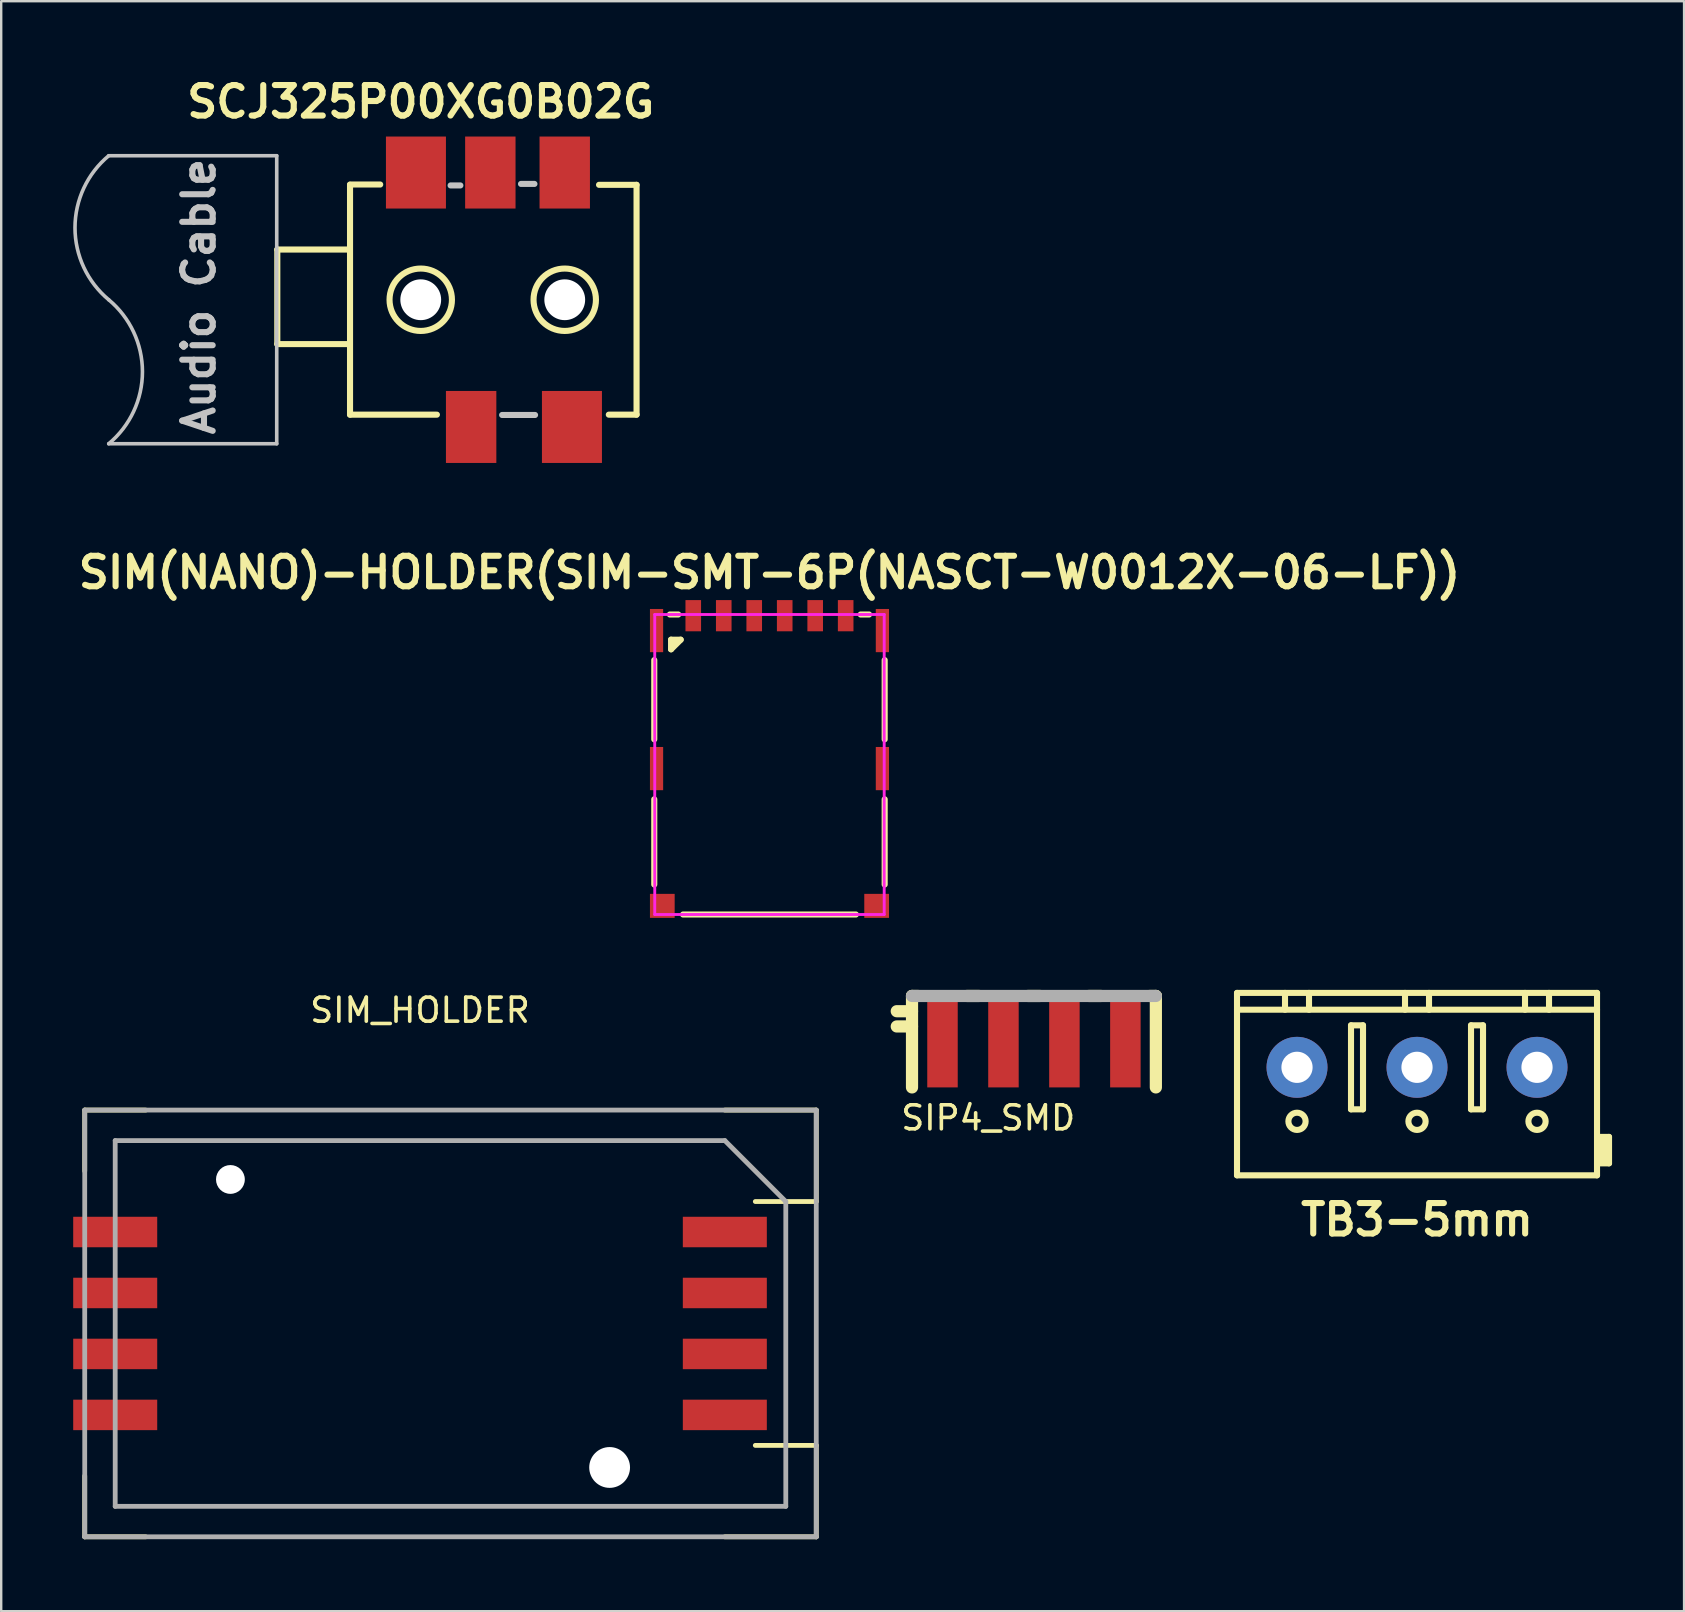
<source format=kicad_pcb>
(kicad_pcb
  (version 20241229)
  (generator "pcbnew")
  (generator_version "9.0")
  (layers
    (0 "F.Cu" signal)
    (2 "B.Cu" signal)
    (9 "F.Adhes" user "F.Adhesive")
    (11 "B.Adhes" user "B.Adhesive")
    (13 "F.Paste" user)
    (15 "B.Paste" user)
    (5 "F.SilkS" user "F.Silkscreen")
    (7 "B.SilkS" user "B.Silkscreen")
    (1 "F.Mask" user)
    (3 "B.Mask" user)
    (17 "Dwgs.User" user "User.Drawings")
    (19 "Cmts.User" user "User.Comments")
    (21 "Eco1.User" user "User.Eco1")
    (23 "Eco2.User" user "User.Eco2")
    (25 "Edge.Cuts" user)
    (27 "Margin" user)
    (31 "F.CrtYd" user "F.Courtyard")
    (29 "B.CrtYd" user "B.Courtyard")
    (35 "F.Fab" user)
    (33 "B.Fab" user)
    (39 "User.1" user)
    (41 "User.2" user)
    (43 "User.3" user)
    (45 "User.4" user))
  (footprint "SCJ325P00XG0B02G"
    (layer "F.Cu")
    (at 14.48 9.439)
    (property "Reference" "SCJ325P00XG0B02G" (at 0 -8.25 0) (layer "F.SilkS") (effects (font (size 1.27 1.27) (thickness 0.254) (bold yes))))
    (attr smd)
    (fp_line (start -5.976 -2.092) (end -5.976 1.848) (stroke (width 0.254) (type solid)) (layer "F.SilkS"))
    (fp_line (start -5.976 1.848) (end -2.966 1.848) (stroke (width 0.254) (type solid)) (layer "F.SilkS"))
    (fp_line (start -2.966 -2.092) (end -5.976 -2.092) (stroke (width 0.254) (type solid)) (layer "F.SilkS"))
    (fp_line (start -2.946 -4.801) (end -1.689 -4.801) (stroke (width 0.254) (type solid)) (layer "F.SilkS"))
    (fp_line (start -2.946 4.788) (end -2.946 -4.788) (stroke (width 0.254) (type solid)) (layer "F.SilkS"))
    (fp_line (start -2.946 4.788) (end 0.673 4.788) (stroke (width 0.254) (type solid)) (layer "F.SilkS"))
    (fp_line (start 8.992 -4.788) (end 7.429 -4.788) (stroke (width 0.254) (type solid)) (layer "F.SilkS"))
    (fp_line (start 8.992 -4.788) (end 8.992 4.788) (stroke (width 0.254) (type solid)) (layer "F.SilkS"))
    (fp_line (start 8.992 4.788) (end 7.836 4.788) (stroke (width 0.254) (type solid)) (layer "F.SilkS"))
    (fp_circle (center 0 0) (end 1.3 0) (stroke (width 0.254) (type solid)) (fill no) (layer "F.SilkS"))
    (fp_circle (center 6 0) (end 7.3 0) (stroke (width 0.254) (type solid)) (fill no) (layer "F.SilkS"))
    (fp_line (start -13 6) (end -6 6) (stroke (width 0.15) (type solid)) (layer "Dwgs.User"))
    (fp_line (start -6 -6) (end -13 -6) (stroke (width 0.15) (type solid)) (layer "Dwgs.User"))
    (fp_line (start -6 6) (end -6 -6) (stroke (width 0.15) (type solid)) (layer "Dwgs.User"))
    (fp_line (start 1.245 -4.763) (end 1.651 -4.763) (stroke (width 0.254) (type solid)) (layer "Dwgs.User"))
    (fp_line (start 3.391 4.801) (end 4.763 4.801) (stroke (width 0.254) (type solid)) (layer "Dwgs.User"))
    (fp_line (start 4.178 -4.826) (end 4.737 -4.826) (stroke (width 0.254) (type solid)) (layer "Dwgs.User"))
    (fp_arc (start -13.000001 0.000001) (mid -11.594877 3) (end -13.000001 5.999999) (stroke (width 0.15) (type default)) (layer "Dwgs.User"))
    (fp_arc (start -12.999999 -0.000001) (mid -14.405123 -3) (end -12.999999 -5.999999) (stroke (width 0.15) (type default)) (layer "Dwgs.User"))
    (fp_text user "Audio Cable" (at -8.5 5.75 90) (unlocked yes) (layer "Dwgs.User") (effects (font (size 1.27 1.27) (thickness 0.254) (bold yes)) (justify left bottom)))
    (pad "" smd rect (at -0.2 -5.4) (size 2.85 3.55) (layers "F.Paste"))
    (pad "" np_thru_hole circle (at 0 0) (size 1.7 1.7) (drill 1.7) (layers "*.Cu" "*.Mask"))
    (pad "" smd rect (at 2.1 5.4) (size 2.45 3.55) (layers "F.Paste"))
    (pad "" smd rect (at 2.9 -5.4) (size 2.45 3.55) (layers "F.Paste"))
    (pad "" smd rect (at 6 -5.4) (size 2.45 3.55) (layers "F.Paste"))
    (pad "" np_thru_hole circle (at 6 0) (size 1.7 1.7) (drill 1.7) (layers "*.Cu" "*.Mask"))
    (pad "" smd rect (at 6.3 5.4) (size 2.85 3.55) (layers "F.Paste"))
    (pad "1" smd rect (at 6.3 5.3) (size 2.5 3) (layers "F.Cu" "F.Mask" "F.Paste"))
    (pad "2" smd rect (at -0.2 -5.3) (size 2.5 3) (layers "F.Cu" "F.Mask" "F.Paste"))
    (pad "3" smd rect (at 6 -5.3) (size 2.1 3) (layers "F.Cu" "F.Mask" "F.Paste"))
    (pad "4" smd rect (at 2.9 -5.3) (size 2.1 3) (layers "F.Cu" "F.Mask" "F.Paste"))
    (pad "5" smd rect (at 2.1 5.3) (size 2.1 3) (layers "F.Cu" "F.Mask" "F.Paste")))
  (footprint "TB3-5mm"
    (layer "F.Cu")
    (at 55.99 41.42)
    (property "Reference" "TB3-5mm" (at 0 6.35 0) (layer "F.SilkS") (effects (font (size 1.27 1.27) (thickness 0.254))))
    (attr through_hole)
    (fp_line (start -7.5 -3.1) (end 7.5 -3.1) (stroke (width 0.254) (type solid)) (layer "F.SilkS"))
    (fp_line (start -7.5 -2.4) (end 7.5 -2.4) (stroke (width 0.254) (type solid)) (layer "F.SilkS"))
    (fp_line (start -7.5 4.5) (end -7.5 -3.1) (stroke (width 0.254) (type solid)) (layer "F.SilkS"))
    (fp_line (start -5.5 -3.1) (end -5.5 -2.4) (stroke (width 0.254) (type solid)) (layer "F.SilkS"))
    (fp_line (start -4.5 -3.1) (end -4.5 -2.4) (stroke (width 0.254) (type solid)) (layer "F.SilkS"))
    (fp_line (start -2.75 -1.75) (end -2.75 1.75) (stroke (width 0.254) (type solid)) (layer "F.SilkS"))
    (fp_line (start -2.75 1.75) (end -2.25 1.75) (stroke (width 0.254) (type solid)) (layer "F.SilkS"))
    (fp_line (start -2.25 -1.75) (end -2.75 -1.75) (stroke (width 0.254) (type solid)) (layer "F.SilkS"))
    (fp_line (start -2.25 1.75) (end -2.25 -1.75) (stroke (width 0.254) (type solid)) (layer "F.SilkS"))
    (fp_line (start -0.5 -3.1) (end -0.5 -2.4) (stroke (width 0.254) (type solid)) (layer "F.SilkS"))
    (fp_line (start 0.5 -3.1) (end 0.5 -2.4) (stroke (width 0.254) (type solid)) (layer "F.SilkS"))
    (fp_line (start 2.25 -1.75) (end 2.25 1.75) (stroke (width 0.254) (type solid)) (layer "F.SilkS"))
    (fp_line (start 2.25 1.75) (end 2.75 1.75) (stroke (width 0.254) (type solid)) (layer "F.SilkS"))
    (fp_line (start 2.75 -1.75) (end 2.25 -1.75) (stroke (width 0.254) (type solid)) (layer "F.SilkS"))
    (fp_line (start 2.75 1.75) (end 2.75 -1.75) (stroke (width 0.254) (type solid)) (layer "F.SilkS"))
    (fp_line (start 4.5 -3.1) (end 4.5 -2.4) (stroke (width 0.254) (type solid)) (layer "F.SilkS"))
    (fp_line (start 5.5 -2.4) (end 5.5 -3.1) (stroke (width 0.254) (type solid)) (layer "F.SilkS"))
    (fp_line (start 7.5 2.9) (end 8 2.9) (stroke (width 0.254) (type solid)) (layer "F.SilkS"))
    (fp_line (start 7.5 4.5) (end -7.5 4.5) (stroke (width 0.254) (type solid)) (layer "F.SilkS"))
    (fp_line (start 7.5 4.5) (end 7.5 -3.1) (stroke (width 0.254) (type solid)) (layer "F.SilkS"))
    (fp_line (start 8 2.9) (end 8 4) (stroke (width 0.254) (type solid)) (layer "F.SilkS"))
    (fp_line (start 8 4) (end 7.5 4) (stroke (width 0.254) (type solid)) (layer "F.SilkS"))
    (fp_circle (center -5 2.25) (end -4.641 2.25) (stroke (width 0.254) (type solid)) (fill no) (layer "F.SilkS"))
    (fp_circle (center 0 2.25) (end 0.359 2.25) (stroke (width 0.254) (type solid)) (fill no) (layer "F.SilkS"))
    (fp_circle (center 5 2.25) (end 5.359 2.25) (stroke (width 0.254) (type solid)) (fill no) (layer "F.SilkS"))
    (fp_poly (pts (xy 8 4) (xy 7.5 4) (xy 7.5 2.9) (xy 8 2.9)) (stroke (width 0.2) (type solid)) (fill yes) (layer "F.SilkS"))
    (pad "1" thru_hole circle (at -5 0) (size 2.54 2.54) (drill 1.3) (layers "*.Cu" "*.Mask"))
    (pad "2" thru_hole circle (at 0 0) (size 2.54 2.54) (drill 1.3) (layers "*.Cu" "*.Mask"))
    (pad "3" thru_hole circle (at 5 0) (size 2.54 2.54) (drill 1.3) (layers "*.Cu" "*.Mask")))
  (footprint "SIM_HOLDER"
    (layer "F.Cu")
    (at 14.45 52.092)
    (property "Reference" "SIM_HOLDER" (at 0 -13.05 0) (layer "F.SilkS") (effects (font (size 1 1) (thickness 0.15))))
    (attr smd)
    (fp_line (start -13.97 -8.89) (end -11.43 -8.89) (stroke (width 0.2) (type solid)) (layer "F.SilkS"))
    (fp_line (start -13.97 -6.35) (end -13.97 -8.89) (stroke (width 0.2) (type solid)) (layer "F.SilkS"))
    (fp_line (start -13.97 8.89) (end -13.97 6.35) (stroke (width 0.2) (type solid)) (layer "F.SilkS"))
    (fp_line (start -11.43 8.89) (end -13.97 8.89) (stroke (width 0.2) (type solid)) (layer "F.SilkS"))
    (fp_line (start 12.7 -8.89) (end 16.51 -8.89) (stroke (width 0.2) (type solid)) (layer "F.SilkS"))
    (fp_line (start 13.97 5.08) (end 16.51 5.08) (stroke (width 0.2) (type solid)) (layer "F.SilkS"))
    (fp_line (start 16.51 -8.89) (end 16.51 -5.08) (stroke (width 0.2) (type solid)) (layer "F.SilkS"))
    (fp_line (start 16.51 -5.08) (end 13.97 -5.08) (stroke (width 0.2) (type solid)) (layer "F.SilkS"))
    (fp_line (start 16.51 5.08) (end 16.51 8.89) (stroke (width 0.2) (type solid)) (layer "F.SilkS"))
    (fp_line (start 16.51 8.89) (end 12.7 8.89) (stroke (width 0.2) (type solid)) (layer "F.SilkS"))
    (fp_line (start -13.97 -8.89) (end 16.51 -8.89) (stroke (width 0.2) (type solid)) (layer "F.Fab"))
    (fp_line (start -13.97 8.89) (end -13.97 -8.89) (stroke (width 0.2) (type solid)) (layer "F.Fab"))
    (fp_line (start -12.7 -7.62) (end -12.7 7.62) (stroke (width 0.2) (type solid)) (layer "F.Fab"))
    (fp_line (start -12.7 7.62) (end 15.24 7.62) (stroke (width 0.2) (type solid)) (layer "F.Fab"))
    (fp_line (start 12.7 -7.62) (end -12.7 -7.62) (stroke (width 0.2) (type solid)) (layer "F.Fab"))
    (fp_line (start 15.24 -5.08) (end 12.7 -7.62) (stroke (width 0.2) (type solid)) (layer "F.Fab"))
    (fp_line (start 15.24 7.62) (end 15.24 -5.08) (stroke (width 0.2) (type solid)) (layer "F.Fab"))
    (fp_line (start 16.51 -8.89) (end 16.51 8.89) (stroke (width 0.2) (type solid)) (layer "F.Fab"))
    (fp_line (start 16.51 8.89) (end -13.97 8.89) (stroke (width 0.2) (type solid)) (layer "F.Fab"))
    (pad "" np_thru_hole circle (at -7.9 -6) (size 1.2 1.2) (drill 1.2) (layers "*.Cu" "*.Mask"))
    (pad "" np_thru_hole circle (at 7.9 6) (size 1.7 1.7) (drill 1.7) (layers "*.Cu" "*.Mask"))
    (pad "1" smd rect (at -12.7 3.81) (size 3.5 1.27) (layers "F.Cu" "F.Mask" "F.Paste"))
    (pad "2" smd rect (at -12.7 1.27) (size 3.5 1.27) (layers "F.Cu" "F.Mask" "F.Paste"))
    (pad "3" smd rect (at -12.7 -1.27) (size 3.5 1.27) (layers "F.Cu" "F.Mask" "F.Paste"))
    (pad "4" smd rect (at -12.7 -3.81) (size 3.5 1.27) (layers "F.Cu" "F.Mask" "F.Paste"))
    (pad "5" smd rect (at 12.7 3.81) (size 3.5 1.27) (layers "F.Cu" "F.Mask" "F.Paste"))
    (pad "6" smd rect (at 12.7 1.27) (size 3.5 1.27) (layers "F.Cu" "F.Mask" "F.Paste"))
    (pad "7" smd rect (at 12.7 -1.27) (size 3.5 1.27) (layers "F.Cu" "F.Mask" "F.Paste"))
    (pad "8" smd rect (at 12.7 -3.81) (size 3.5 1.27) (layers "F.Cu" "F.Mask" "F.Paste")))
  (footprint "SIP4_SMD"
    (layer "F.Cu")
    (at 40.029 40.352)
    (property "Reference" "SIP4_SMD" (at -1.905 3.175 0) (layer "F.SilkS") (effects (font (size 1 1) (thickness 0.15))))
    (attr smd)
    (fp_line (start -5.715 -1.27) (end -5.08 -1.27) (stroke (width 0.508) (type solid)) (layer "F.SilkS"))
    (fp_line (start -5.715 -0.635) (end -5.08 -0.635) (stroke (width 0.508) (type solid)) (layer "F.SilkS"))
    (fp_line (start -5.08 -1.905) (end -4.826 -1.905) (stroke (width 0.508) (type solid)) (layer "F.SilkS"))
    (fp_line (start -5.08 1.905) (end -5.08 -1.905) (stroke (width 0.508) (type solid)) (layer "F.SilkS"))
    (fp_line (start -2.794 -1.905) (end -2.286 -1.905) (stroke (width 0.508) (type solid)) (layer "F.SilkS"))
    (fp_line (start -0.254 -1.905) (end 0.254 -1.905) (stroke (width 0.508) (type solid)) (layer "F.SilkS"))
    (fp_line (start 2.286 -1.905) (end 2.794 -1.905) (stroke (width 0.508) (type solid)) (layer "F.SilkS"))
    (fp_line (start 4.826 -1.905) (end 5.08 -1.905) (stroke (width 0.508) (type solid)) (layer "F.SilkS"))
    (fp_line (start 5.08 -1.905) (end 5.08 1.905) (stroke (width 0.508) (type solid)) (layer "F.SilkS"))
    (fp_line (start -5.08 -1.905) (end 5.08 -1.905) (stroke (width 0.508) (type solid)) (layer "F.Fab"))
    (pad "1" smd rect (at -3.81 0) (size 1.27 3.81) (layers "F.Cu" "F.Mask"))
    (pad "2" smd rect (at -1.27 0) (size 1.27 3.81) (layers "F.Cu" "F.Mask"))
    (pad "3" smd rect (at 1.27 0) (size 1.27 3.81) (layers "F.Cu" "F.Mask"))
    (pad "4" smd rect (at 3.81 0) (size 1.27 3.81) (layers "F.Cu" "F.Mask")))
  (footprint "SIM(NANO)-HOLDER(SIM-SMT-6P(NASCT-W0012X-06-LF))"
    (layer "F.Cu")
    (at 29.01 28.803)
    (property "Reference" "SIM(NANO)-HOLDER(SIM-SMT-6P(NASCT-W0012X-06-LF))" (at 0 -8.001 0) (layer "F.SilkS") (effects (font (size 1.27 1.27) (thickness 0.254))))
    (attr smd)
    (fp_line (start -4.8 -4.35) (end -4.8 -1.05) (stroke (width 0.254) (type solid)) (layer "F.SilkS"))
    (fp_line (start -4.8 1.45) (end -4.8 5) (stroke (width 0.254) (type solid)) (layer "F.SilkS"))
    (fp_line (start -4.15 -6.25) (end -3.8 -6.25) (stroke (width 0.254) (type solid)) (layer "F.SilkS"))
    (fp_line (start -4.1 -5.2) (end -4.1 -4.8) (stroke (width 0.254) (type solid)) (layer "F.SilkS"))
    (fp_line (start -4.1 -5.2) (end -3.7 -5.2) (stroke (width 0.254) (type solid)) (layer "F.SilkS"))
    (fp_line (start -3.7 -5.2) (end -4.1 -4.8) (stroke (width 0.254) (type solid)) (layer "F.SilkS"))
    (fp_line (start -3.6 6.25) (end 3.6 6.25) (stroke (width 0.254) (type solid)) (layer "F.SilkS"))
    (fp_line (start 3.8 -6.25) (end 4.15 -6.25) (stroke (width 0.254) (type solid)) (layer "F.SilkS"))
    (fp_line (start 4.8 -4.35) (end 4.8 -1.05) (stroke (width 0.254) (type solid)) (layer "F.SilkS"))
    (fp_line (start 4.8 1.45) (end 4.8 5) (stroke (width 0.254) (type solid)) (layer "F.SilkS"))
    (fp_line (start -4.78 -6.25) (end -4.78 6.25) (stroke (width 0.12) (type solid)) (layer "F.CrtYd"))
    (fp_line (start -4.78 6.25) (end 4.78 6.25) (stroke (width 0.12) (type solid)) (layer "F.CrtYd"))
    (fp_line (start 4.78 -6.25) (end -4.78 -6.25) (stroke (width 0.12) (type solid)) (layer "F.CrtYd"))
    (fp_line (start 4.78 6.25) (end 4.78 -6.25) (stroke (width 0.12) (type solid)) (layer "F.CrtYd"))
    (pad "0" smd rect (at -4.705 -5.58) (size 0.55 1.8) (layers "F.Cu" "F.Mask" "F.Paste"))
    (pad "0" smd rect (at -4.705 0.17) (size 0.55 1.8) (layers "F.Cu" "F.Mask" "F.Paste"))
    (pad "0" smd rect (at -4.465 5.89) (size 1.03 1) (layers "F.Cu" "F.Mask" "F.Paste"))
    (pad "0" smd rect (at 4.465 5.89) (size 1.03 1) (layers "F.Cu" "F.Mask" "F.Paste"))
    (pad "0" smd rect (at 4.705 -5.58) (size 0.55 1.8) (layers "F.Cu" "F.Mask" "F.Paste"))
    (pad "0" smd rect (at 4.705 0.17) (size 0.55 1.8) (layers "F.Cu" "F.Mask" "F.Paste"))
    (pad "1" smd rect (at 1.905 -6.2) (size 0.65 1.3) (layers "F.Cu" "F.Mask" "F.Paste"))
    (pad "2" smd rect (at -0.635 -6.2) (size 0.65 1.3) (layers "F.Cu" "F.Mask" "F.Paste"))
    (pad "3" smd rect (at -1.905 -6.2) (size 0.65 1.3) (layers "F.Cu" "F.Mask" "F.Paste"))
    (pad "5" smd rect (at 3.175 -6.2) (size 0.65 1.3) (layers "F.Cu" "F.Mask" "F.Paste"))
    (pad "6" smd rect (at 0.635 -6.2) (size 0.65 1.3) (layers "F.Cu" "F.Mask" "F.Paste"))
    (pad "7" smd rect (at -3.175 -6.2) (size 0.65 1.3) (layers "F.Cu" "F.Mask" "F.Paste")))
  (gr_rect
    (start -3 -3)
    (end 67.117 64.082)
    (stroke (width 0.1) (type default))
    (fill no)
    (layer "Edge.Cuts")))
</source>
